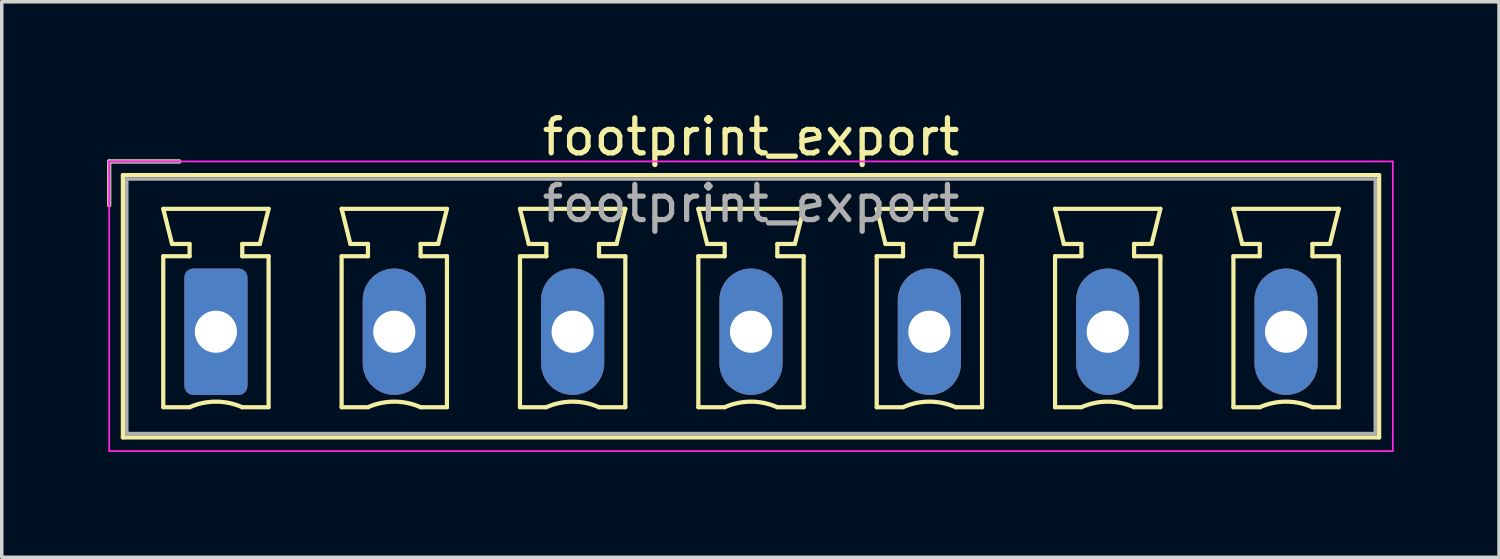
<source format=kicad_pcb>
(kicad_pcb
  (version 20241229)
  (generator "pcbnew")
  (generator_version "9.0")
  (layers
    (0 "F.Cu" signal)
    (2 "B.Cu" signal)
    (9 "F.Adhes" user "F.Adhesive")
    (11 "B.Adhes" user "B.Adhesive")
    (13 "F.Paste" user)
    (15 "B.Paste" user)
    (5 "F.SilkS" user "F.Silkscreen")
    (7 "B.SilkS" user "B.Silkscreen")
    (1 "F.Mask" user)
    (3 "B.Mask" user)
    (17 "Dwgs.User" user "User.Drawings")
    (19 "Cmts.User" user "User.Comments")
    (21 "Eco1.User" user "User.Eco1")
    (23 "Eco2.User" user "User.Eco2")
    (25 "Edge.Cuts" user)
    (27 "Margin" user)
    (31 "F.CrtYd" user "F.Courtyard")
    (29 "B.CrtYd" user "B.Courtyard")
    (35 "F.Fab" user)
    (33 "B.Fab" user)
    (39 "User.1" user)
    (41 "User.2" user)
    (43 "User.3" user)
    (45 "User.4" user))
  (footprint "footprint_export"
    (layer "F.Cu")
    (at 3.1 6.398)
    (property "Reference" "footprint_export" (at 15.24 -5.55 0) (layer "F.SilkS") (effects (font (size 1 1) (thickness 0.15))))
    (attr through_hole)
    (fp_line (start -3.04 -4.85) (end -1.04 -4.85) (stroke (width 0.12) (type solid)) (layer "F.SilkS"))
    (fp_line (start -3.04 -3.6) (end -3.04 -4.85) (stroke (width 0.12) (type solid)) (layer "F.SilkS"))
    (fp_line (start -2.65 -4.46) (end -2.65 3.01) (stroke (width 0.12) (type solid)) (layer "F.SilkS"))
    (fp_line (start -2.65 3.01) (end 33.13 3.01) (stroke (width 0.12) (type solid)) (layer "F.SilkS"))
    (fp_line (start -1.5 -3.5) (end 1.5 -3.5) (stroke (width 0.12) (type solid)) (layer "F.SilkS"))
    (fp_line (start -1.5 -2.15) (end -0.75 -2.15) (stroke (width 0.12) (type solid)) (layer "F.SilkS"))
    (fp_line (start -1.5 2.15) (end -1.5 -2.15) (stroke (width 0.12) (type solid)) (layer "F.SilkS"))
    (fp_line (start -1.25 -2.5) (end -1.5 -3.5) (stroke (width 0.12) (type solid)) (layer "F.SilkS"))
    (fp_line (start -0.75 -2.5) (end -1.25 -2.5) (stroke (width 0.12) (type solid)) (layer "F.SilkS"))
    (fp_line (start -0.75 -2.15) (end -0.75 -2.5) (stroke (width 0.12) (type solid)) (layer "F.SilkS"))
    (fp_line (start -0.75 2.15) (end -1.5 2.15) (stroke (width 0.12) (type solid)) (layer "F.SilkS"))
    (fp_line (start 0.75 -2.5) (end 0.75 -2.15) (stroke (width 0.12) (type solid)) (layer "F.SilkS"))
    (fp_line (start 0.75 -2.15) (end 1.5 -2.15) (stroke (width 0.12) (type solid)) (layer "F.SilkS"))
    (fp_line (start 1.25 -2.5) (end 0.75 -2.5) (stroke (width 0.12) (type solid)) (layer "F.SilkS"))
    (fp_line (start 1.5 -3.5) (end 1.25 -2.5) (stroke (width 0.12) (type solid)) (layer "F.SilkS"))
    (fp_line (start 1.5 -2.15) (end 1.5 2.15) (stroke (width 0.12) (type solid)) (layer "F.SilkS"))
    (fp_line (start 1.5 2.15) (end 0.75 2.15) (stroke (width 0.12) (type solid)) (layer "F.SilkS"))
    (fp_line (start 3.58 -3.5) (end 6.58 -3.5) (stroke (width 0.12) (type solid)) (layer "F.SilkS"))
    (fp_line (start 3.58 -2.15) (end 4.33 -2.15) (stroke (width 0.12) (type solid)) (layer "F.SilkS"))
    (fp_line (start 3.58 2.15) (end 3.58 -2.15) (stroke (width 0.12) (type solid)) (layer "F.SilkS"))
    (fp_line (start 3.83 -2.5) (end 3.58 -3.5) (stroke (width 0.12) (type solid)) (layer "F.SilkS"))
    (fp_line (start 4.33 -2.5) (end 3.83 -2.5) (stroke (width 0.12) (type solid)) (layer "F.SilkS"))
    (fp_line (start 4.33 -2.15) (end 4.33 -2.5) (stroke (width 0.12) (type solid)) (layer "F.SilkS"))
    (fp_line (start 4.33 2.15) (end 3.58 2.15) (stroke (width 0.12) (type solid)) (layer "F.SilkS"))
    (fp_line (start 5.83 -2.5) (end 5.83 -2.15) (stroke (width 0.12) (type solid)) (layer "F.SilkS"))
    (fp_line (start 5.83 -2.15) (end 6.58 -2.15) (stroke (width 0.12) (type solid)) (layer "F.SilkS"))
    (fp_line (start 6.33 -2.5) (end 5.83 -2.5) (stroke (width 0.12) (type solid)) (layer "F.SilkS"))
    (fp_line (start 6.58 -3.5) (end 6.33 -2.5) (stroke (width 0.12) (type solid)) (layer "F.SilkS"))
    (fp_line (start 6.58 -2.15) (end 6.58 2.15) (stroke (width 0.12) (type solid)) (layer "F.SilkS"))
    (fp_line (start 6.58 2.15) (end 5.83 2.15) (stroke (width 0.12) (type solid)) (layer "F.SilkS"))
    (fp_line (start 8.66 -3.5) (end 11.66 -3.5) (stroke (width 0.12) (type solid)) (layer "F.SilkS"))
    (fp_line (start 8.66 -2.15) (end 9.41 -2.15) (stroke (width 0.12) (type solid)) (layer "F.SilkS"))
    (fp_line (start 8.66 2.15) (end 8.66 -2.15) (stroke (width 0.12) (type solid)) (layer "F.SilkS"))
    (fp_line (start 8.91 -2.5) (end 8.66 -3.5) (stroke (width 0.12) (type solid)) (layer "F.SilkS"))
    (fp_line (start 9.41 -2.5) (end 8.91 -2.5) (stroke (width 0.12) (type solid)) (layer "F.SilkS"))
    (fp_line (start 9.41 -2.15) (end 9.41 -2.5) (stroke (width 0.12) (type solid)) (layer "F.SilkS"))
    (fp_line (start 9.41 2.15) (end 8.66 2.15) (stroke (width 0.12) (type solid)) (layer "F.SilkS"))
    (fp_line (start 10.91 -2.5) (end 10.91 -2.15) (stroke (width 0.12) (type solid)) (layer "F.SilkS"))
    (fp_line (start 10.91 -2.15) (end 11.66 -2.15) (stroke (width 0.12) (type solid)) (layer "F.SilkS"))
    (fp_line (start 11.41 -2.5) (end 10.91 -2.5) (stroke (width 0.12) (type solid)) (layer "F.SilkS"))
    (fp_line (start 11.66 -3.5) (end 11.41 -2.5) (stroke (width 0.12) (type solid)) (layer "F.SilkS"))
    (fp_line (start 11.66 -2.15) (end 11.66 2.15) (stroke (width 0.12) (type solid)) (layer "F.SilkS"))
    (fp_line (start 11.66 2.15) (end 10.91 2.15) (stroke (width 0.12) (type solid)) (layer "F.SilkS"))
    (fp_line (start 13.74 -3.5) (end 16.74 -3.5) (stroke (width 0.12) (type solid)) (layer "F.SilkS"))
    (fp_line (start 13.74 -2.15) (end 14.49 -2.15) (stroke (width 0.12) (type solid)) (layer "F.SilkS"))
    (fp_line (start 13.74 2.15) (end 13.74 -2.15) (stroke (width 0.12) (type solid)) (layer "F.SilkS"))
    (fp_line (start 13.99 -2.5) (end 13.74 -3.5) (stroke (width 0.12) (type solid)) (layer "F.SilkS"))
    (fp_line (start 14.49 -2.5) (end 13.99 -2.5) (stroke (width 0.12) (type solid)) (layer "F.SilkS"))
    (fp_line (start 14.49 -2.15) (end 14.49 -2.5) (stroke (width 0.12) (type solid)) (layer "F.SilkS"))
    (fp_line (start 14.49 2.15) (end 13.74 2.15) (stroke (width 0.12) (type solid)) (layer "F.SilkS"))
    (fp_line (start 15.99 -2.5) (end 15.99 -2.15) (stroke (width 0.12) (type solid)) (layer "F.SilkS"))
    (fp_line (start 15.99 -2.15) (end 16.74 -2.15) (stroke (width 0.12) (type solid)) (layer "F.SilkS"))
    (fp_line (start 16.49 -2.5) (end 15.99 -2.5) (stroke (width 0.12) (type solid)) (layer "F.SilkS"))
    (fp_line (start 16.74 -3.5) (end 16.49 -2.5) (stroke (width 0.12) (type solid)) (layer "F.SilkS"))
    (fp_line (start 16.74 -2.15) (end 16.74 2.15) (stroke (width 0.12) (type solid)) (layer "F.SilkS"))
    (fp_line (start 16.74 2.15) (end 15.99 2.15) (stroke (width 0.12) (type solid)) (layer "F.SilkS"))
    (fp_line (start 18.82 -3.5) (end 21.82 -3.5) (stroke (width 0.12) (type solid)) (layer "F.SilkS"))
    (fp_line (start 18.82 -2.15) (end 19.57 -2.15) (stroke (width 0.12) (type solid)) (layer "F.SilkS"))
    (fp_line (start 18.82 2.15) (end 18.82 -2.15) (stroke (width 0.12) (type solid)) (layer "F.SilkS"))
    (fp_line (start 19.07 -2.5) (end 18.82 -3.5) (stroke (width 0.12) (type solid)) (layer "F.SilkS"))
    (fp_line (start 19.57 -2.5) (end 19.07 -2.5) (stroke (width 0.12) (type solid)) (layer "F.SilkS"))
    (fp_line (start 19.57 -2.15) (end 19.57 -2.5) (stroke (width 0.12) (type solid)) (layer "F.SilkS"))
    (fp_line (start 19.57 2.15) (end 18.82 2.15) (stroke (width 0.12) (type solid)) (layer "F.SilkS"))
    (fp_line (start 21.07 -2.5) (end 21.07 -2.15) (stroke (width 0.12) (type solid)) (layer "F.SilkS"))
    (fp_line (start 21.07 -2.15) (end 21.82 -2.15) (stroke (width 0.12) (type solid)) (layer "F.SilkS"))
    (fp_line (start 21.57 -2.5) (end 21.07 -2.5) (stroke (width 0.12) (type solid)) (layer "F.SilkS"))
    (fp_line (start 21.82 -3.5) (end 21.57 -2.5) (stroke (width 0.12) (type solid)) (layer "F.SilkS"))
    (fp_line (start 21.82 -2.15) (end 21.82 2.15) (stroke (width 0.12) (type solid)) (layer "F.SilkS"))
    (fp_line (start 21.82 2.15) (end 21.07 2.15) (stroke (width 0.12) (type solid)) (layer "F.SilkS"))
    (fp_line (start 23.9 -3.5) (end 26.9 -3.5) (stroke (width 0.12) (type solid)) (layer "F.SilkS"))
    (fp_line (start 23.9 -2.15) (end 24.65 -2.15) (stroke (width 0.12) (type solid)) (layer "F.SilkS"))
    (fp_line (start 23.9 2.15) (end 23.9 -2.15) (stroke (width 0.12) (type solid)) (layer "F.SilkS"))
    (fp_line (start 24.15 -2.5) (end 23.9 -3.5) (stroke (width 0.12) (type solid)) (layer "F.SilkS"))
    (fp_line (start 24.65 -2.5) (end 24.15 -2.5) (stroke (width 0.12) (type solid)) (layer "F.SilkS"))
    (fp_line (start 24.65 -2.15) (end 24.65 -2.5) (stroke (width 0.12) (type solid)) (layer "F.SilkS"))
    (fp_line (start 24.65 2.15) (end 23.9 2.15) (stroke (width 0.12) (type solid)) (layer "F.SilkS"))
    (fp_line (start 26.15 -2.5) (end 26.15 -2.15) (stroke (width 0.12) (type solid)) (layer "F.SilkS"))
    (fp_line (start 26.15 -2.15) (end 26.9 -2.15) (stroke (width 0.12) (type solid)) (layer "F.SilkS"))
    (fp_line (start 26.65 -2.5) (end 26.15 -2.5) (stroke (width 0.12) (type solid)) (layer "F.SilkS"))
    (fp_line (start 26.9 -3.5) (end 26.65 -2.5) (stroke (width 0.12) (type solid)) (layer "F.SilkS"))
    (fp_line (start 26.9 -2.15) (end 26.9 2.15) (stroke (width 0.12) (type solid)) (layer "F.SilkS"))
    (fp_line (start 26.9 2.15) (end 26.15 2.15) (stroke (width 0.12) (type solid)) (layer "F.SilkS"))
    (fp_line (start 28.98 -3.5) (end 31.98 -3.5) (stroke (width 0.12) (type solid)) (layer "F.SilkS"))
    (fp_line (start 28.98 -2.15) (end 29.73 -2.15) (stroke (width 0.12) (type solid)) (layer "F.SilkS"))
    (fp_line (start 28.98 2.15) (end 28.98 -2.15) (stroke (width 0.12) (type solid)) (layer "F.SilkS"))
    (fp_line (start 29.23 -2.5) (end 28.98 -3.5) (stroke (width 0.12) (type solid)) (layer "F.SilkS"))
    (fp_line (start 29.73 -2.5) (end 29.23 -2.5) (stroke (width 0.12) (type solid)) (layer "F.SilkS"))
    (fp_line (start 29.73 -2.15) (end 29.73 -2.5) (stroke (width 0.12) (type solid)) (layer "F.SilkS"))
    (fp_line (start 29.73 2.15) (end 28.98 2.15) (stroke (width 0.12) (type solid)) (layer "F.SilkS"))
    (fp_line (start 31.23 -2.5) (end 31.23 -2.15) (stroke (width 0.12) (type solid)) (layer "F.SilkS"))
    (fp_line (start 31.23 -2.15) (end 31.98 -2.15) (stroke (width 0.12) (type solid)) (layer "F.SilkS"))
    (fp_line (start 31.73 -2.5) (end 31.23 -2.5) (stroke (width 0.12) (type solid)) (layer "F.SilkS"))
    (fp_line (start 31.98 -3.5) (end 31.73 -2.5) (stroke (width 0.12) (type solid)) (layer "F.SilkS"))
    (fp_line (start 31.98 -2.15) (end 31.98 2.15) (stroke (width 0.12) (type solid)) (layer "F.SilkS"))
    (fp_line (start 31.98 2.15) (end 31.23 2.15) (stroke (width 0.12) (type solid)) (layer "F.SilkS"))
    (fp_line (start 33.13 -4.46) (end -2.65 -4.46) (stroke (width 0.12) (type solid)) (layer "F.SilkS"))
    (fp_line (start 33.13 3.01) (end 33.13 -4.46) (stroke (width 0.12) (type solid)) (layer "F.SilkS"))
    (fp_arc (start -0.75 2.15) (mid -0.000193 1.99191) (end 0.749647 2.149844) (stroke (width 0.12) (type solid)) (layer "F.SilkS"))
    (fp_arc (start 4.33 2.15) (mid 5.079807 1.99191) (end 5.829647 2.149844) (stroke (width 0.12) (type solid)) (layer "F.SilkS"))
    (fp_arc (start 9.41 2.15) (mid 10.159807 1.99191) (end 10.909647 2.149844) (stroke (width 0.12) (type solid)) (layer "F.SilkS"))
    (fp_arc (start 14.49 2.15) (mid 15.239807 1.99191) (end 15.989647 2.149844) (stroke (width 0.12) (type solid)) (layer "F.SilkS"))
    (fp_arc (start 19.57 2.15) (mid 20.319807 1.99191) (end 21.069647 2.149844) (stroke (width 0.12) (type solid)) (layer "F.SilkS"))
    (fp_arc (start 24.65 2.15) (mid 25.399807 1.99191) (end 26.149647 2.149844) (stroke (width 0.12) (type solid)) (layer "F.SilkS"))
    (fp_arc (start 29.73 2.15) (mid 30.479807 1.99191) (end 31.229647 2.149844) (stroke (width 0.12) (type solid)) (layer "F.SilkS"))
    (fp_line (start -3.04 -4.85) (end -3.04 3.4) (stroke (width 0.05) (type solid)) (layer "F.CrtYd"))
    (fp_line (start -3.04 3.4) (end 33.52 3.4) (stroke (width 0.05) (type solid)) (layer "F.CrtYd"))
    (fp_line (start 33.52 -4.85) (end -3.04 -4.85) (stroke (width 0.05) (type solid)) (layer "F.CrtYd"))
    (fp_line (start 33.52 3.4) (end 33.52 -4.85) (stroke (width 0.05) (type solid)) (layer "F.CrtYd"))
    (fp_line (start -3.04 -4.85) (end -1.04 -4.85) (stroke (width 0.1) (type solid)) (layer "F.Fab"))
    (fp_line (start -3.04 -3.6) (end -3.04 -4.85) (stroke (width 0.1) (type solid)) (layer "F.Fab"))
    (fp_line (start -2.54 -4.35) (end -2.54 2.9) (stroke (width 0.1) (type solid)) (layer "F.Fab"))
    (fp_line (start -2.54 2.9) (end 33.02 2.9) (stroke (width 0.1) (type solid)) (layer "F.Fab"))
    (fp_line (start 33.02 -4.35) (end -2.54 -4.35) (stroke (width 0.1) (type solid)) (layer "F.Fab"))
    (fp_line (start 33.02 2.9) (end 33.02 -4.35) (stroke (width 0.1) (type solid)) (layer "F.Fab"))
    (fp_text user "${REFERENCE}" (at 15.24 -3.65 0) (layer "F.Fab") (effects (font (size 1 1) (thickness 0.15))))
    (pad "1" thru_hole roundrect (at 0 0) (size 1.8 3.6) (drill 1.2) (layers "*.Cu" "*.Mask") (roundrect_rratio 0.139))
    (pad "2" thru_hole oval (at 5.08 0) (size 1.8 3.6) (drill 1.2) (layers "*.Cu" "*.Mask"))
    (pad "3" thru_hole oval (at 10.16 0) (size 1.8 3.6) (drill 1.2) (layers "*.Cu" "*.Mask"))
    (pad "4" thru_hole oval (at 15.24 0) (size 1.8 3.6) (drill 1.2) (layers "*.Cu" "*.Mask"))
    (pad "5" thru_hole oval (at 20.32 0) (size 1.8 3.6) (drill 1.2) (layers "*.Cu" "*.Mask"))
    (pad "6" thru_hole oval (at 25.4 0) (size 1.8 3.6) (drill 1.2) (layers "*.Cu" "*.Mask"))
    (pad "7" thru_hole oval (at 30.48 0) (size 1.8 3.6) (drill 1.2) (layers "*.Cu" "*.Mask")))
  (gr_rect
    (start -3 -3)
    (end 39.645 12.823)
    (stroke (width 0.1) (type default))
    (fill no)
    (layer "Edge.Cuts")))
</source>
